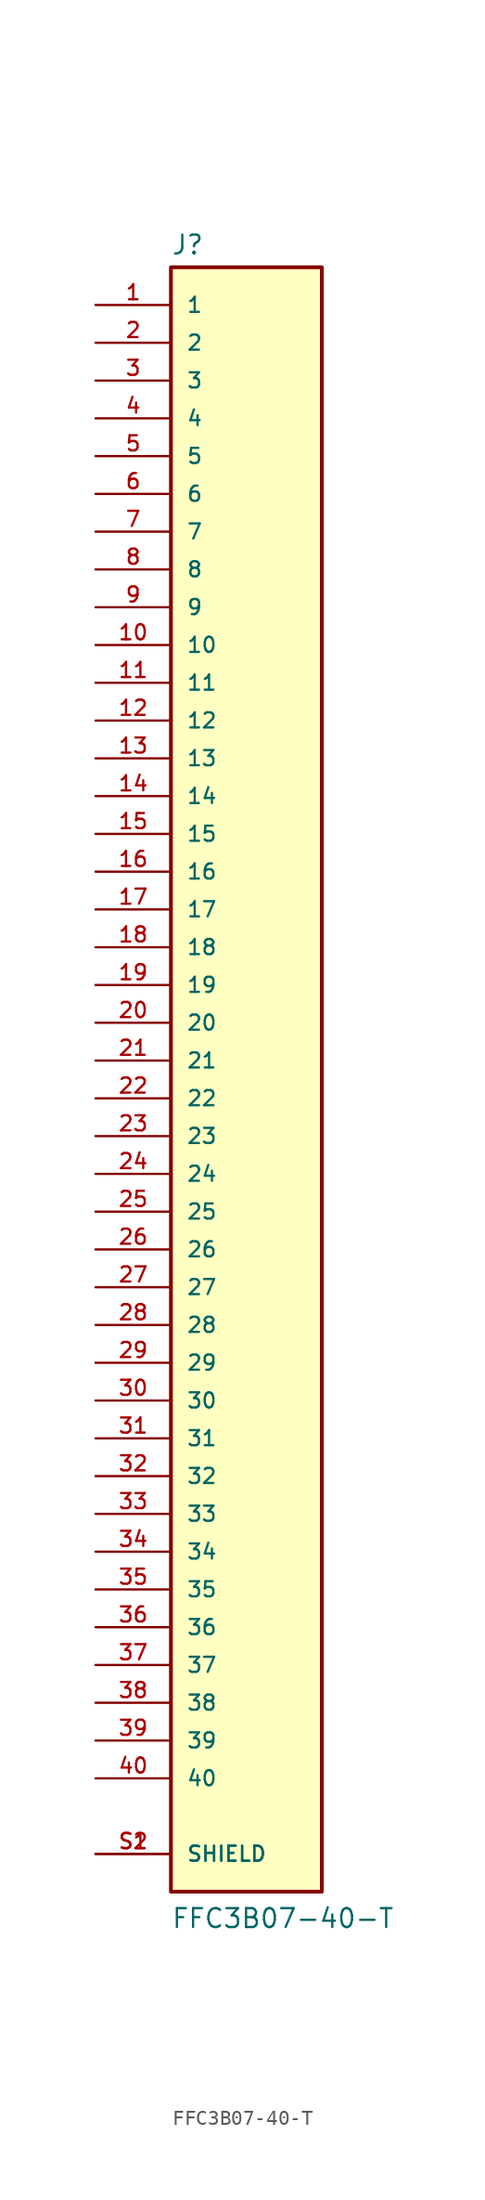
<source format=kicad_sym>
(kicad_symbol_lib
  (version 20211014)
  (generator kicad_symbol_editor)
  (symbol "FFC3B07-40-T"
    (pin_names
      (offset 1.016))
    (property "Reference" "J"
      (at -5.08 54.102 0)
      (effects (font (size 1.27 1.27)) (justify bottom left)))
    (property "Value" "FFC3B07-40-T"
      (at -5.08 -58.42 0)
      (effects (font (size 1.27 1.27)) (justify bottom left)))
    (symbol "FFC3B07-40-T_0_0"
      (rectangle (start -5.08 -55.88) (end 5.08 53.34) (stroke (width 0.254)) (fill (type background)))
      (pin passive line (at -10.16 50.8 0) (length 5.08) (name "1" (effects (font (size 1.016 1.016)))) (number "1" (effects (font (size 1.016 1.016)))))
      (pin passive line (at -10.16 48.26 0) (length 5.08) (name "2" (effects (font (size 1.016 1.016)))) (number "2" (effects (font (size 1.016 1.016)))))
      (pin passive line (at -10.16 45.72 0) (length 5.08) (name "3" (effects (font (size 1.016 1.016)))) (number "3" (effects (font (size 1.016 1.016)))))
      (pin passive line (at -10.16 43.18 0) (length 5.08) (name "4" (effects (font (size 1.016 1.016)))) (number "4" (effects (font (size 1.016 1.016)))))
      (pin passive line (at -10.16 -53.34 0) (length 5.08) (name "SHIELD" (effects (font (size 1.016 1.016)))) (number "S1" (effects (font (size 1.016 1.016)))))
      (pin passive line (at -10.16 -53.34 0) (length 5.08) (name "SHIELD" (effects (font (size 1.016 1.016)))) (number "S2" (effects (font (size 1.016 1.016)))))
      (pin passive line (at -10.16 40.64 0) (length 5.08) (name "5" (effects (font (size 1.016 1.016)))) (number "5" (effects (font (size 1.016 1.016)))))
      (pin passive line (at -10.16 38.1 0) (length 5.08) (name "6" (effects (font (size 1.016 1.016)))) (number "6" (effects (font (size 1.016 1.016)))))
      (pin passive line (at -10.16 35.56 0) (length 5.08) (name "7" (effects (font (size 1.016 1.016)))) (number "7" (effects (font (size 1.016 1.016)))))
      (pin passive line (at -10.16 33.02 0) (length 5.08) (name "8" (effects (font (size 1.016 1.016)))) (number "8" (effects (font (size 1.016 1.016)))))
      (pin passive line (at -10.16 30.48 0) (length 5.08) (name "9" (effects (font (size 1.016 1.016)))) (number "9" (effects (font (size 1.016 1.016)))))
      (pin passive line (at -10.16 27.94 0) (length 5.08) (name "10" (effects (font (size 1.016 1.016)))) (number "10" (effects (font (size 1.016 1.016)))))
      (pin passive line (at -10.16 25.4 0) (length 5.08) (name "11" (effects (font (size 1.016 1.016)))) (number "11" (effects (font (size 1.016 1.016)))))
      (pin passive line (at -10.16 22.86 0) (length 5.08) (name "12" (effects (font (size 1.016 1.016)))) (number "12" (effects (font (size 1.016 1.016)))))
      (pin passive line (at -10.16 20.32 0) (length 5.08) (name "13" (effects (font (size 1.016 1.016)))) (number "13" (effects (font (size 1.016 1.016)))))
      (pin passive line (at -10.16 17.78 0) (length 5.08) (name "14" (effects (font (size 1.016 1.016)))) (number "14" (effects (font (size 1.016 1.016)))))
      (pin passive line (at -10.16 15.24 0) (length 5.08) (name "15" (effects (font (size 1.016 1.016)))) (number "15" (effects (font (size 1.016 1.016)))))
      (pin passive line (at -10.16 12.7 0) (length 5.08) (name "16" (effects (font (size 1.016 1.016)))) (number "16" (effects (font (size 1.016 1.016)))))
      (pin passive line (at -10.16 10.16 0) (length 5.08) (name "17" (effects (font (size 1.016 1.016)))) (number "17" (effects (font (size 1.016 1.016)))))
      (pin passive line (at -10.16 7.62 0) (length 5.08) (name "18" (effects (font (size 1.016 1.016)))) (number "18" (effects (font (size 1.016 1.016)))))
      (pin passive line (at -10.16 5.08 0) (length 5.08) (name "19" (effects (font (size 1.016 1.016)))) (number "19" (effects (font (size 1.016 1.016)))))
      (pin passive line (at -10.16 2.54 0) (length 5.08) (name "20" (effects (font (size 1.016 1.016)))) (number "20" (effects (font (size 1.016 1.016)))))
      (pin passive line (at -10.16 0.0 0) (length 5.08) (name "21" (effects (font (size 1.016 1.016)))) (number "21" (effects (font (size 1.016 1.016)))))
      (pin passive line (at -10.16 -2.54 0) (length 5.08) (name "22" (effects (font (size 1.016 1.016)))) (number "22" (effects (font (size 1.016 1.016)))))
      (pin passive line (at -10.16 -5.08 0) (length 5.08) (name "23" (effects (font (size 1.016 1.016)))) (number "23" (effects (font (size 1.016 1.016)))))
      (pin passive line (at -10.16 -7.62 0) (length 5.08) (name "24" (effects (font (size 1.016 1.016)))) (number "24" (effects (font (size 1.016 1.016)))))
      (pin passive line (at -10.16 -10.16 0) (length 5.08) (name "25" (effects (font (size 1.016 1.016)))) (number "25" (effects (font (size 1.016 1.016)))))
      (pin passive line (at -10.16 -12.7 0) (length 5.08) (name "26" (effects (font (size 1.016 1.016)))) (number "26" (effects (font (size 1.016 1.016)))))
      (pin passive line (at -10.16 -15.24 0) (length 5.08) (name "27" (effects (font (size 1.016 1.016)))) (number "27" (effects (font (size 1.016 1.016)))))
      (pin passive line (at -10.16 -17.78 0) (length 5.08) (name "28" (effects (font (size 1.016 1.016)))) (number "28" (effects (font (size 1.016 1.016)))))
      (pin passive line (at -10.16 -20.32 0) (length 5.08) (name "29" (effects (font (size 1.016 1.016)))) (number "29" (effects (font (size 1.016 1.016)))))
      (pin passive line (at -10.16 -22.86 0) (length 5.08) (name "30" (effects (font (size 1.016 1.016)))) (number "30" (effects (font (size 1.016 1.016)))))
      (pin passive line (at -10.16 -25.4 0) (length 5.08) (name "31" (effects (font (size 1.016 1.016)))) (number "31" (effects (font (size 1.016 1.016)))))
      (pin passive line (at -10.16 -27.94 0) (length 5.08) (name "32" (effects (font (size 1.016 1.016)))) (number "32" (effects (font (size 1.016 1.016)))))
      (pin passive line (at -10.16 -30.48 0) (length 5.08) (name "33" (effects (font (size 1.016 1.016)))) (number "33" (effects (font (size 1.016 1.016)))))
      (pin passive line (at -10.16 -33.02 0) (length 5.08) (name "34" (effects (font (size 1.016 1.016)))) (number "34" (effects (font (size 1.016 1.016)))))
      (pin passive line (at -10.16 -35.56 0) (length 5.08) (name "35" (effects (font (size 1.016 1.016)))) (number "35" (effects (font (size 1.016 1.016)))))
      (pin passive line (at -10.16 -38.1 0) (length 5.08) (name "36" (effects (font (size 1.016 1.016)))) (number "36" (effects (font (size 1.016 1.016)))))
      (pin passive line (at -10.16 -40.64 0) (length 5.08) (name "37" (effects (font (size 1.016 1.016)))) (number "37" (effects (font (size 1.016 1.016)))))
      (pin passive line (at -10.16 -43.18 0) (length 5.08) (name "38" (effects (font (size 1.016 1.016)))) (number "38" (effects (font (size 1.016 1.016)))))
      (pin passive line (at -10.16 -45.72 0) (length 5.08) (name "39" (effects (font (size 1.016 1.016)))) (number "39" (effects (font (size 1.016 1.016)))))
      (pin passive line (at -10.16 -48.26 0) (length 5.08) (name "40" (effects (font (size 1.016 1.016)))) (number "40" (effects (font (size 1.016 1.016))))))))
</source>
